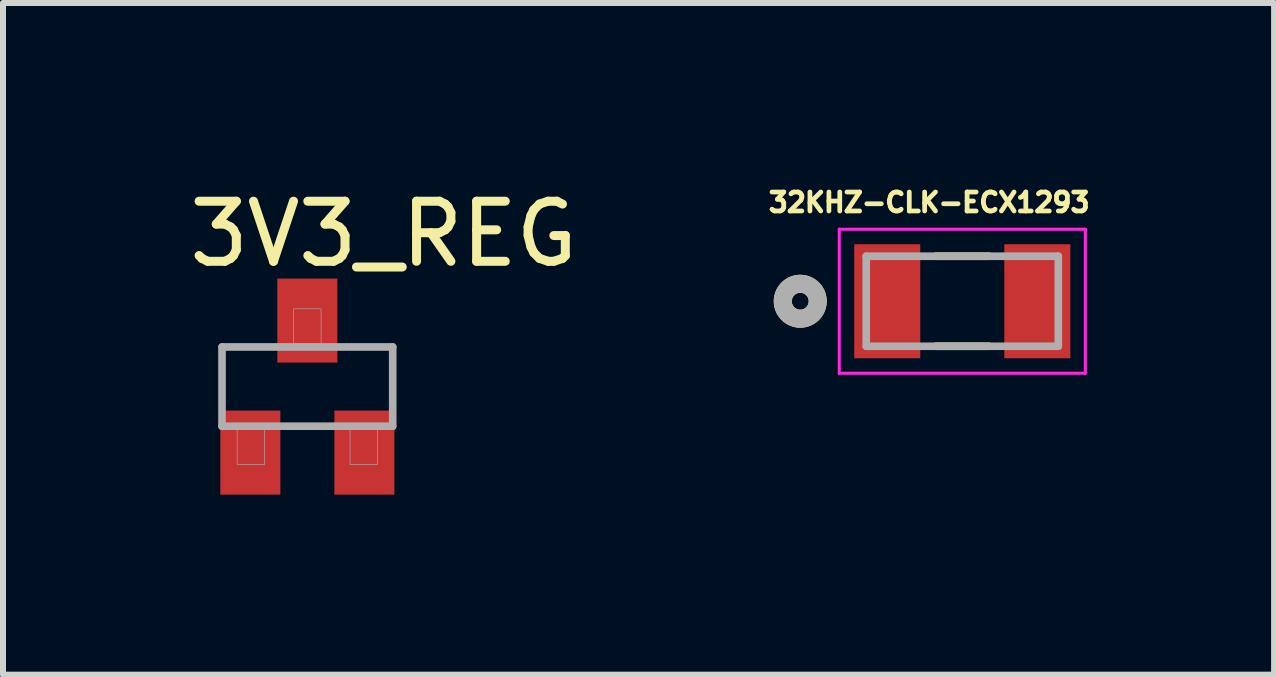
<source format=kicad_pcb>
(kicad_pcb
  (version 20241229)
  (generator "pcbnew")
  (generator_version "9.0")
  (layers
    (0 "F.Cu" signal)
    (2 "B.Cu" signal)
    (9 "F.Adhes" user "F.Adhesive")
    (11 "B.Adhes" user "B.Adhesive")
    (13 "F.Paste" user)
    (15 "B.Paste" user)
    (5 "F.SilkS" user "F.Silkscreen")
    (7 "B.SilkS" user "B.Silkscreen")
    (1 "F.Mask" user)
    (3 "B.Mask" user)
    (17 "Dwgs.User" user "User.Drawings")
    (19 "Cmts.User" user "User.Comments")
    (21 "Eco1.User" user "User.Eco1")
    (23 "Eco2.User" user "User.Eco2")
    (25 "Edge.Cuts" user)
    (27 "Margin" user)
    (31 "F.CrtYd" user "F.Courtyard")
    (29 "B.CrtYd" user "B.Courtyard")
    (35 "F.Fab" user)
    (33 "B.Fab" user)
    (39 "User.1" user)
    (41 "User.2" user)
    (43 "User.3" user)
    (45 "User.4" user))
  (footprint "3V3_REG"
    (layer "F.Cu")
    (at 2.071 3.391)
    (property "Reference" "3V3_REG" (at 1.271 -2.543 0) (layer "F.SilkS") (effects (font (size 1.001 1.001) (thickness 0.15))))
    (attr smd)
    (fp_line (start -1.422 -0.66) (end 1.422 -0.66) (stroke (width 0.127) (type solid)) (layer "F.Fab"))
    (fp_line (start -1.422 0.66) (end -1.422 -0.66) (stroke (width 0.127) (type solid)) (layer "F.Fab"))
    (fp_line (start 1.422 -0.66) (end 1.422 0.66) (stroke (width 0.127) (type solid)) (layer "F.Fab"))
    (fp_line (start 1.422 0.66) (end -1.422 0.66) (stroke (width 0.127) (type solid)) (layer "F.Fab"))
    (fp_poly (pts (xy -1.17 0.711) (xy -0.711 0.711) (xy -0.711 1.297) (xy -1.17 1.297)) (stroke (width 0.01) (type solid)) (fill no) (layer "F.Fab"))
    (fp_poly (pts (xy -0.229 -1.295) (xy 0.229 -1.295) (xy 0.229 -0.711) (xy -0.229 -0.711)) (stroke (width 0.01) (type solid)) (fill no) (layer "F.Fab"))
    (fp_poly (pts (xy 0.711 0.711) (xy 1.168 0.711) (xy 1.168 1.296) (xy 0.711 1.296)) (stroke (width 0.01) (type solid)) (fill no) (layer "F.Fab"))
    (pad "B" smd rect (at -0.95 1.1) (size 1 1.4) (layers "F.Cu" "F.Mask" "F.Paste"))
    (pad "C" smd rect (at 0 -1.1) (size 1 1.4) (layers "F.Cu" "F.Mask" "F.Paste"))
    (pad "E" smd rect (at 0.95 1.1) (size 1 1.4) (layers "F.Cu" "F.Mask" "F.Paste")))
  (footprint "32KHZ-CLK-ECX1293"
    (layer "F.Cu")
    (at 12.983 1.969)
    (property "Reference" "32KHZ-CLK-ECX1293" (at -0.552 -1.646 0) (layer "F.SilkS") (effects (font (size 0.316 0.316) (thickness 0.15))))
    (attr smd)
    (fp_line (start -0.44 -0.75) (end 0.44 -0.75) (stroke (width 0.127) (type solid)) (layer "F.SilkS"))
    (fp_line (start -0.44 0.75) (end 0.44 0.75) (stroke (width 0.127) (type solid)) (layer "F.SilkS"))
    (fp_circle (center -2.7 0) (end -2.559 0) (stroke (width 0.3) (type solid)) (fill no) (layer "F.SilkS"))
    (fp_line (start -2.05 -1.2) (end -2.05 1.2) (stroke (width 0.05) (type solid)) (layer "F.CrtYd"))
    (fp_line (start -2.05 1.2) (end 2.05 1.2) (stroke (width 0.05) (type solid)) (layer "F.CrtYd"))
    (fp_line (start 2.05 -1.2) (end -2.05 -1.2) (stroke (width 0.05) (type solid)) (layer "F.CrtYd"))
    (fp_line (start 2.05 1.2) (end 2.05 -1.2) (stroke (width 0.05) (type solid)) (layer "F.CrtYd"))
    (fp_line (start -1.6 -0.75) (end -1.6 0.75) (stroke (width 0.127) (type solid)) (layer "F.Fab"))
    (fp_line (start -1.6 0.75) (end 1.6 0.75) (stroke (width 0.127) (type solid)) (layer "F.Fab"))
    (fp_line (start 1.6 -0.75) (end -1.6 -0.75) (stroke (width 0.127) (type solid)) (layer "F.Fab"))
    (fp_line (start 1.6 0.75) (end 1.6 -0.75) (stroke (width 0.127) (type solid)) (layer "F.Fab"))
    (fp_circle (center -2.7 0) (end -2.559 0) (stroke (width 0.3) (type solid)) (fill no) (layer "F.Fab"))
    (pad "1" smd rect (at -1.25 0) (size 1.1 1.9) (layers "F.Cu" "F.Mask" "F.Paste"))
    (pad "2" smd rect (at 1.25 0) (size 1.1 1.9) (layers "F.Cu" "F.Mask" "F.Paste")))
  (gr_rect
    (start -3 -3)
    (end 18.178 8.191)
    (stroke (width 0.1) (type default))
    (fill no)
    (layer "Edge.Cuts")))
</source>
